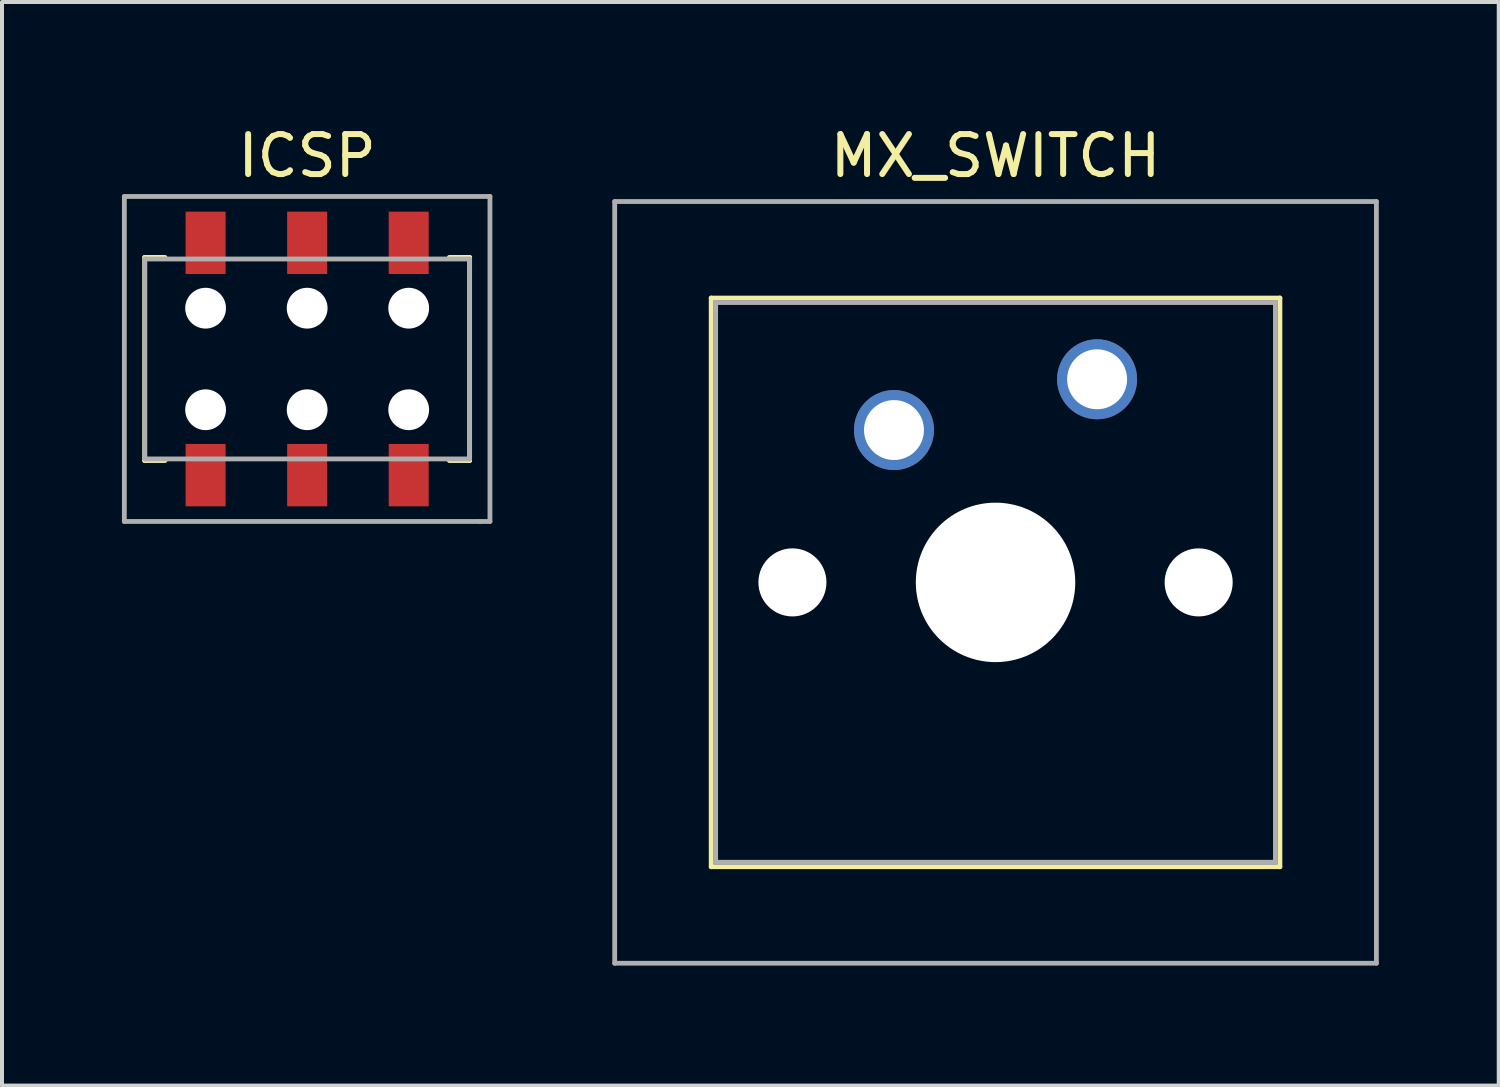
<source format=kicad_pcb>
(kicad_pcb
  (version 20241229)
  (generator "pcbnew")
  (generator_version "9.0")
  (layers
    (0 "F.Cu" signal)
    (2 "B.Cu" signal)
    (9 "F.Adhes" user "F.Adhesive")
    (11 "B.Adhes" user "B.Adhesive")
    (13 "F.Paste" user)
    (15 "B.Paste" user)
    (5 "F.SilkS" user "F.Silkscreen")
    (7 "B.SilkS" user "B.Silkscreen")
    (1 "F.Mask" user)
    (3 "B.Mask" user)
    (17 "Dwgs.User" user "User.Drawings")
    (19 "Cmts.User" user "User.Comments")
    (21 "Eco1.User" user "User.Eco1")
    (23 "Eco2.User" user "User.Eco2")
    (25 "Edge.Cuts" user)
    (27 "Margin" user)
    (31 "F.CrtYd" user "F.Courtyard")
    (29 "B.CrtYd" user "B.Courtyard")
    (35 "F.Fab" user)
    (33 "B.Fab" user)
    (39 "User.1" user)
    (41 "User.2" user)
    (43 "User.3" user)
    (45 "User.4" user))
  (footprint "ICSP"
    (layer "F.Cu")
    (at 4.632 5.928)
    (property "Reference" "ICSP" (at 0 -5.08 0) (layer "F.SilkS") (effects (font (size 1 1) (thickness 0.15))))
    (attr through_hole)
    (fp_line (start -4.064 -2.54) (end -4.064 2.54) (stroke (width 0.12) (type solid)) (layer "F.SilkS"))
    (fp_line (start -4.064 2.54) (end -3.556 2.54) (stroke (width 0.12) (type solid)) (layer "F.SilkS"))
    (fp_line (start -3.556 -2.54) (end -4.064 -2.54) (stroke (width 0.12) (type solid)) (layer "F.SilkS"))
    (fp_line (start 3.556 -2.54) (end 4.064 -2.54) (stroke (width 0.12) (type solid)) (layer "F.SilkS"))
    (fp_line (start 4.064 -2.54) (end 4.064 2.54) (stroke (width 0.12) (type solid)) (layer "F.SilkS"))
    (fp_line (start 4.064 2.54) (end 3.556 2.54) (stroke (width 0.12) (type solid)) (layer "F.SilkS"))
    (fp_line (start -4.572 -4.064) (end -4.572 4.064) (stroke (width 0.12) (type solid)) (layer "F.Fab"))
    (fp_line (start -4.572 4.064) (end 4.318 4.064) (stroke (width 0.12) (type solid)) (layer "F.Fab"))
    (fp_line (start -4.06 -2.5) (end 4.06 -2.5) (stroke (width 0.12) (type solid)) (layer "F.Fab"))
    (fp_line (start -4.06 2.5) (end -4.06 -2.5) (stroke (width 0.12) (type solid)) (layer "F.Fab"))
    (fp_line (start 4.06 -2.5) (end 4.06 2.5) (stroke (width 0.12) (type solid)) (layer "F.Fab"))
    (fp_line (start 4.06 2.5) (end -4.06 2.5) (stroke (width 0.12) (type solid)) (layer "F.Fab"))
    (fp_line (start 4.318 4.064) (end 4.572 4.064) (stroke (width 0.12) (type solid)) (layer "F.Fab"))
    (fp_line (start 4.572 -4.064) (end -4.572 -4.064) (stroke (width 0.12) (type solid)) (layer "F.Fab"))
    (fp_line (start 4.572 4.064) (end 4.572 -4.064) (stroke (width 0.12) (type solid)) (layer "F.Fab"))
    (pad "" np_thru_hole circle (at -2.54 -1.27 90) (size 1.02 1.02) (drill 1.02) (layers "*.Cu" "*.Mask"))
    (pad "" np_thru_hole circle (at -2.54 1.27 90) (size 1.02 1.02) (drill 1.02) (layers "*.Cu" "*.Mask"))
    (pad "" np_thru_hole circle (at 0 -1.27 90) (size 1.02 1.02) (drill 1.02) (layers "*.Cu" "*.Mask"))
    (pad "" np_thru_hole circle (at 0 1.27 90) (size 1.02 1.02) (drill 1.02) (layers "*.Cu" "*.Mask"))
    (pad "" np_thru_hole circle (at 2.54 -1.27 90) (size 1.02 1.02) (drill 1.02) (layers "*.Cu" "*.Mask"))
    (pad "" np_thru_hole circle (at 2.54 1.27 90) (size 1.02 1.02) (drill 1.02) (layers "*.Cu" "*.Mask"))
    (pad "1" smd rect (at -2.54 2.905 90) (size 1.56 1) (layers "F.Cu" "F.Mask" "F.Paste"))
    (pad "2" smd rect (at -2.54 -2.905 90) (size 1.56 1) (layers "F.Cu" "F.Mask" "F.Paste"))
    (pad "3" smd rect (at 0 2.905 90) (size 1.56 1) (layers "F.Cu" "F.Mask" "F.Paste"))
    (pad "4" smd rect (at 0 -2.905 90) (size 1.56 1) (layers "F.Cu" "F.Mask" "F.Paste"))
    (pad "5" smd rect (at 2.54 2.905 90) (size 1.56 1) (layers "F.Cu" "F.Mask" "F.Paste"))
    (pad "6" smd rect (at 2.54 -2.905 90) (size 1.56 1) (layers "F.Cu" "F.Mask" "F.Paste")))
  (footprint "MX_SWITCH"
    (layer "F.Cu")
    (at 21.849 11.516)
    (property "Reference" "MX_SWITCH" (at 0 -10.668 0) (layer "F.SilkS") (effects (font (size 1 1) (thickness 0.15))))
    (attr through_hole)
    (fp_line (start -7.112 -7.112) (end -7.112 7.112) (stroke (width 0.12) (type solid)) (layer "F.SilkS"))
    (fp_line (start -7.112 7.112) (end 7.112 7.112) (stroke (width 0.12) (type solid)) (layer "F.SilkS"))
    (fp_line (start 7.112 -7.112) (end -7.112 -7.112) (stroke (width 0.12) (type solid)) (layer "F.SilkS"))
    (fp_line (start 7.112 7.112) (end 7.112 -7.112) (stroke (width 0.12) (type solid)) (layer "F.SilkS"))
    (fp_line (start -9.525 -9.525) (end -9.525 9.525) (stroke (width 0.12) (type solid)) (layer "F.Fab"))
    (fp_line (start -9.525 9.525) (end 9.525 9.525) (stroke (width 0.12) (type solid)) (layer "F.Fab"))
    (fp_line (start -7 -7) (end -7 7) (stroke (width 0.12) (type solid)) (layer "F.Fab"))
    (fp_line (start -7 7) (end 7 7) (stroke (width 0.12) (type solid)) (layer "F.Fab"))
    (fp_line (start 7 -7) (end -7 -7) (stroke (width 0.12) (type solid)) (layer "F.Fab"))
    (fp_line (start 7 7) (end 7 -7) (stroke (width 0.12) (type solid)) (layer "F.Fab"))
    (fp_line (start 9.525 -9.525) (end -9.525 -9.525) (stroke (width 0.12) (type solid)) (layer "F.Fab"))
    (fp_line (start 9.525 9.525) (end 9.525 -9.525) (stroke (width 0.12) (type solid)) (layer "F.Fab"))
    (pad "" np_thru_hole circle (at -5.08 0 90) (size 1.702 1.702) (drill 1.702) (layers "*.Cu" "*.Mask"))
    (pad "" np_thru_hole circle (at 0 0 90) (size 3.988 3.988) (drill 3.988) (layers "*.Cu" "*.Mask"))
    (pad "" np_thru_hole circle (at 5.08 0 90) (size 1.702 1.702) (drill 1.702) (layers "*.Cu" "*.Mask"))
    (pad "1" thru_hole circle (at -2.54 -3.81 90) (size 2 2) (drill 1.499) (layers "*.Cu" "*.Mask"))
    (pad "2" thru_hole circle (at 2.54 -5.08 90) (size 2 2) (drill 1.499) (layers "*.Cu" "*.Mask")))
  (gr_rect
    (start -3 -3)
    (end 34.434 24.101)
    (stroke (width 0.1) (type default))
    (fill no)
    (layer "Edge.Cuts")))
</source>
